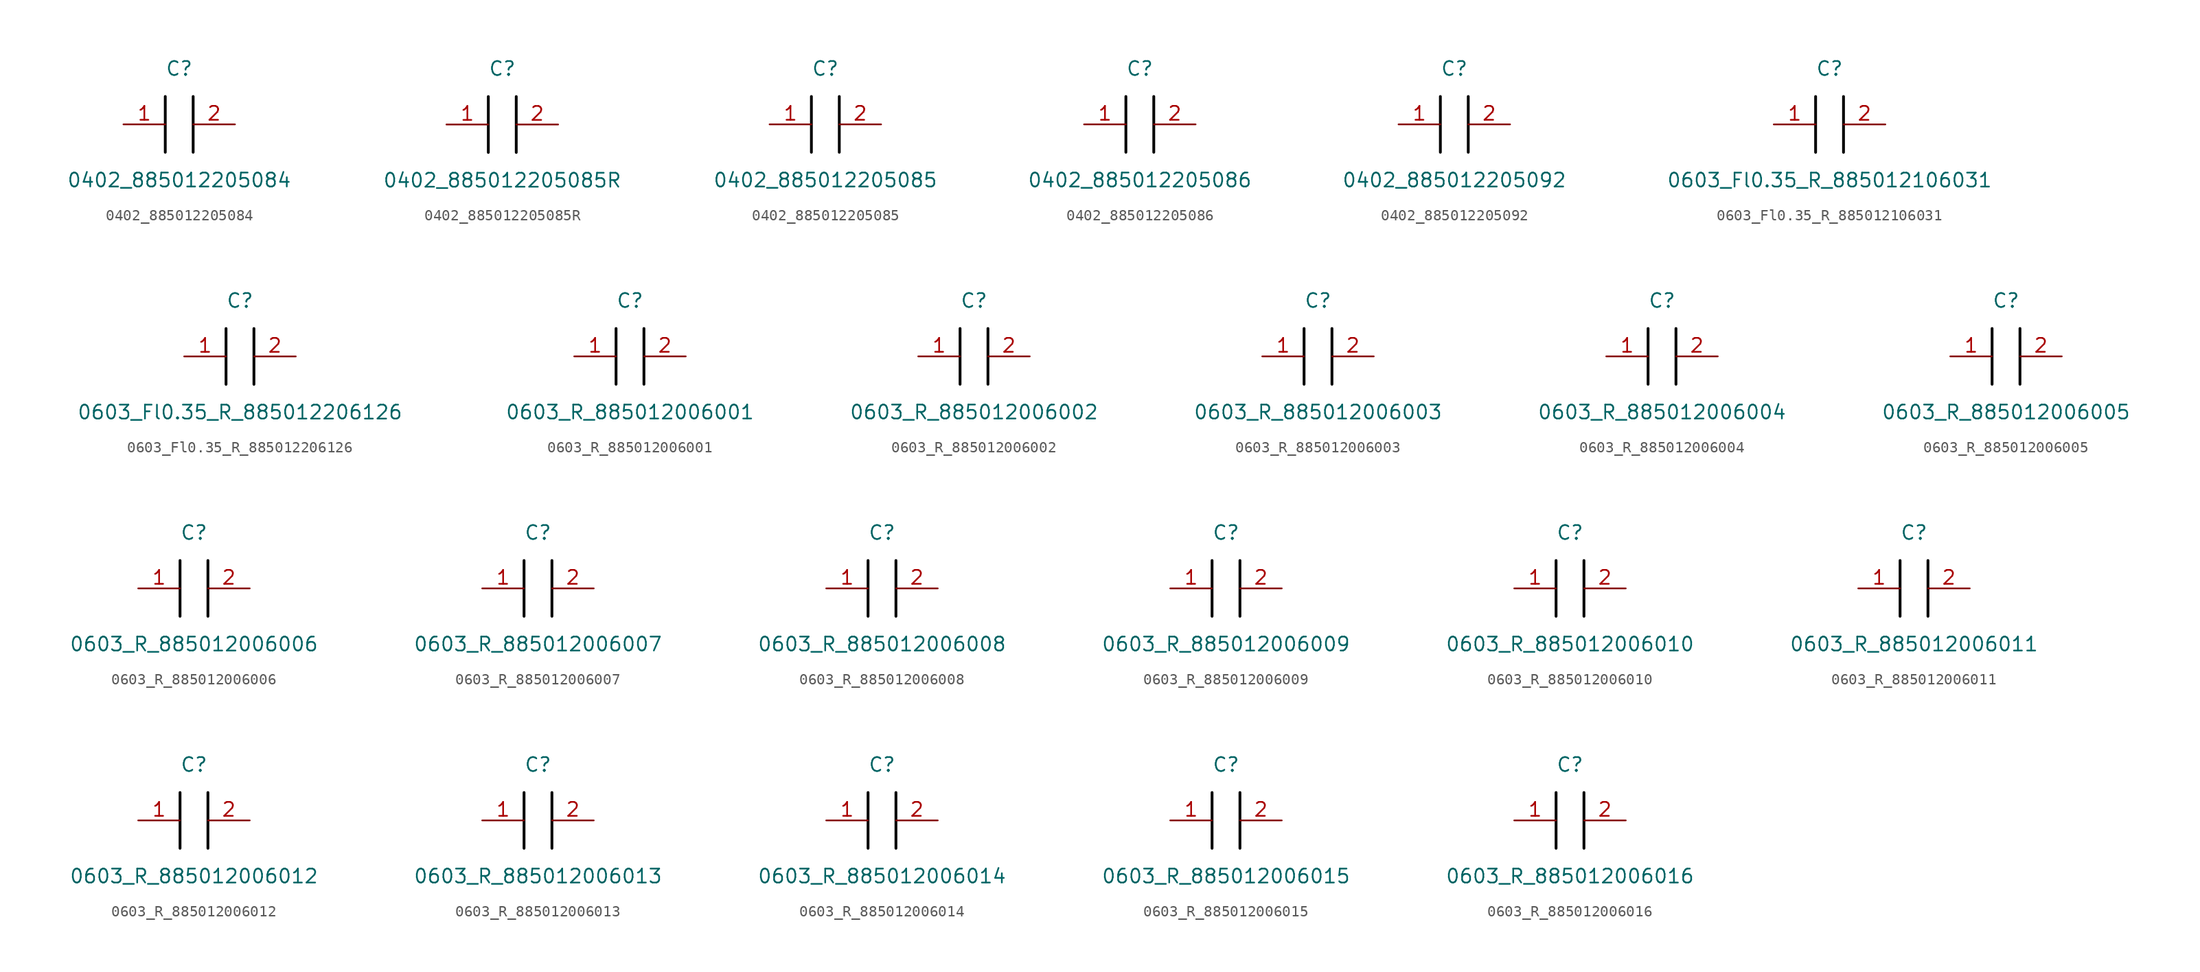
<source format=kicad_sym>
(kicad_symbol_lib
  (version 20220914)
  (generator kicad_symbol_editor)
  (symbol "0402_885012205084"
    (pin_names hide)
    (property "Reference" "C"
      (at 0 5.08 0)
      (effects (font (size 1.27 1.27))))
    (property "Value" "0402_885012205084"
      (at 0 -5.08 0)
      (effects (font (size 1.27 1.27))))
    (symbol "0402_885012205084_1_1"
      (polyline (pts (xy -1.27 2.54) (xy -1.27 -2.54)) (stroke (width 0.254) (type default) (color 0 0 0 1)) (fill (type none)))
      (polyline (pts (xy 1.27 2.54) (xy 1.27 -2.54)) (stroke (width 0.254) (type default) (color 0 0 0 1)) (fill (type none)))
      (pin passive line (at -5.08 0 0) (length 3.81) (name "1" (effects (font (size 1.27 1.27)))) (number "1" (effects (font (size 1.27 1.27)))))
      (pin passive line (at 5.08 0 180) (length 3.81) (name "2" (effects (font (size 1.27 1.27)))) (number "2" (effects (font (size 1.27 1.27)))))))
  (symbol "0402_885012205085R"
    (pin_names hide)
    (property "Reference" "C"
      (at 0 5.08 0)
      (effects (font (size 1.27 1.27))))
    (property "Value" "0402_885012205085R"
      (at 0 -5.08 0)
      (effects (font (size 1.27 1.27))))
    (symbol "0402_885012205085R_1_1"
      (polyline (pts (xy -1.27 2.54) (xy -1.27 -2.54)) (stroke (width 0.254) (type default) (color 0 0 0 1)) (fill (type none)))
      (polyline (pts (xy 1.27 2.54) (xy 1.27 -2.54)) (stroke (width 0.254) (type default) (color 0 0 0 1)) (fill (type none)))
      (pin passive line (at -5.08 0 0) (length 3.81) (name "1" (effects (font (size 1.27 1.27)))) (number "1" (effects (font (size 1.27 1.27)))))
      (pin passive line (at 5.08 0 180) (length 3.81) (name "2" (effects (font (size 1.27 1.27)))) (number "2" (effects (font (size 1.27 1.27)))))))
  (symbol "0402_885012205085"
    (pin_names hide)
    (property "Reference" "C"
      (at 0 5.08 0)
      (effects (font (size 1.27 1.27))))
    (property "Value" "0402_885012205085"
      (at 0 -5.08 0)
      (effects (font (size 1.27 1.27))))
    (symbol "0402_885012205085_1_1"
      (polyline (pts (xy -1.27 2.54) (xy -1.27 -2.54)) (stroke (width 0.254) (type default) (color 0 0 0 1)) (fill (type none)))
      (polyline (pts (xy 1.27 2.54) (xy 1.27 -2.54)) (stroke (width 0.254) (type default) (color 0 0 0 1)) (fill (type none)))
      (pin passive line (at -5.08 0 0) (length 3.81) (name "1" (effects (font (size 1.27 1.27)))) (number "1" (effects (font (size 1.27 1.27)))))
      (pin passive line (at 5.08 0 180) (length 3.81) (name "2" (effects (font (size 1.27 1.27)))) (number "2" (effects (font (size 1.27 1.27)))))))
  (symbol "0402_885012205086"
    (pin_names hide)
    (property "Reference" "C"
      (at 0 5.08 0)
      (effects (font (size 1.27 1.27))))
    (property "Value" "0402_885012205086"
      (at 0 -5.08 0)
      (effects (font (size 1.27 1.27))))
    (symbol "0402_885012205086_1_1"
      (polyline (pts (xy -1.27 2.54) (xy -1.27 -2.54)) (stroke (width 0.254) (type default) (color 0 0 0 1)) (fill (type none)))
      (polyline (pts (xy 1.27 2.54) (xy 1.27 -2.54)) (stroke (width 0.254) (type default) (color 0 0 0 1)) (fill (type none)))
      (pin passive line (at -5.08 0 0) (length 3.81) (name "1" (effects (font (size 1.27 1.27)))) (number "1" (effects (font (size 1.27 1.27)))))
      (pin passive line (at 5.08 0 180) (length 3.81) (name "2" (effects (font (size 1.27 1.27)))) (number "2" (effects (font (size 1.27 1.27)))))))
  (symbol "0402_885012205092"
    (pin_names hide)
    (property "Reference" "C"
      (at 0 5.08 0)
      (effects (font (size 1.27 1.27))))
    (property "Value" "0402_885012205092"
      (at 0 -5.08 0)
      (effects (font (size 1.27 1.27))))
    (symbol "0402_885012205092_1_1"
      (polyline (pts (xy -1.27 2.54) (xy -1.27 -2.54)) (stroke (width 0.254) (type default) (color 0 0 0 1)) (fill (type none)))
      (polyline (pts (xy 1.27 2.54) (xy 1.27 -2.54)) (stroke (width 0.254) (type default) (color 0 0 0 1)) (fill (type none)))
      (pin passive line (at -5.08 0 0) (length 3.81) (name "1" (effects (font (size 1.27 1.27)))) (number "1" (effects (font (size 1.27 1.27)))))
      (pin passive line (at 5.08 0 180) (length 3.81) (name "2" (effects (font (size 1.27 1.27)))) (number "2" (effects (font (size 1.27 1.27)))))))
  (symbol "0603_Fl0.35_R_885012106031"
    (pin_names hide)
    (property "Reference" "C"
      (at 0 5.08 0)
      (effects (font (size 1.27 1.27))))
    (property "Value" "0603_Fl0.35_R_885012106031"
      (at 0 -5.08 0)
      (effects (font (size 1.27 1.27))))
    (symbol "0603_Fl0.35_R_885012106031_1_1"
      (polyline (pts (xy -1.27 2.54) (xy -1.27 -2.54)) (stroke (width 0.254) (type default) (color 0 0 0 1)) (fill (type none)))
      (polyline (pts (xy 1.27 2.54) (xy 1.27 -2.54)) (stroke (width 0.254) (type default) (color 0 0 0 1)) (fill (type none)))
      (pin passive line (at -5.08 0 0) (length 3.81) (name "1" (effects (font (size 1.27 1.27)))) (number "1" (effects (font (size 1.27 1.27)))))
      (pin passive line (at 5.08 0 180) (length 3.81) (name "2" (effects (font (size 1.27 1.27)))) (number "2" (effects (font (size 1.27 1.27)))))))
  (symbol "0603_Fl0.35_R_885012206126"
    (pin_names hide)
    (property "Reference" "C"
      (at 0 5.08 0)
      (effects (font (size 1.27 1.27))))
    (property "Value" "0603_Fl0.35_R_885012206126"
      (at 0 -5.08 0)
      (effects (font (size 1.27 1.27))))
    (symbol "0603_Fl0.35_R_885012206126_1_1"
      (polyline (pts (xy -1.27 2.54) (xy -1.27 -2.54)) (stroke (width 0.254) (type default) (color 0 0 0 1)) (fill (type none)))
      (polyline (pts (xy 1.27 2.54) (xy 1.27 -2.54)) (stroke (width 0.254) (type default) (color 0 0 0 1)) (fill (type none)))
      (pin passive line (at -5.08 0 0) (length 3.81) (name "1" (effects (font (size 1.27 1.27)))) (number "1" (effects (font (size 1.27 1.27)))))
      (pin passive line (at 5.08 0 180) (length 3.81) (name "2" (effects (font (size 1.27 1.27)))) (number "2" (effects (font (size 1.27 1.27)))))))
  (symbol "0603_R_885012006001"
    (pin_names hide)
    (property "Reference" "C"
      (at 0 5.08 0)
      (effects (font (size 1.27 1.27))))
    (property "Value" "0603_R_885012006001"
      (at 0 -5.08 0)
      (effects (font (size 1.27 1.27))))
    (symbol "0603_R_885012006001_1_1"
      (polyline (pts (xy -1.27 2.54) (xy -1.27 -2.54)) (stroke (width 0.254) (type default) (color 0 0 0 1)) (fill (type none)))
      (polyline (pts (xy 1.27 2.54) (xy 1.27 -2.54)) (stroke (width 0.254) (type default) (color 0 0 0 1)) (fill (type none)))
      (pin passive line (at -5.08 0 0) (length 3.81) (name "1" (effects (font (size 1.27 1.27)))) (number "1" (effects (font (size 1.27 1.27)))))
      (pin passive line (at 5.08 0 180) (length 3.81) (name "2" (effects (font (size 1.27 1.27)))) (number "2" (effects (font (size 1.27 1.27)))))))
  (symbol "0603_R_885012006002"
    (pin_names hide)
    (property "Reference" "C"
      (at 0 5.08 0)
      (effects (font (size 1.27 1.27))))
    (property "Value" "0603_R_885012006002"
      (at 0 -5.08 0)
      (effects (font (size 1.27 1.27))))
    (symbol "0603_R_885012006002_1_1"
      (polyline (pts (xy -1.27 2.54) (xy -1.27 -2.54)) (stroke (width 0.254) (type default) (color 0 0 0 1)) (fill (type none)))
      (polyline (pts (xy 1.27 2.54) (xy 1.27 -2.54)) (stroke (width 0.254) (type default) (color 0 0 0 1)) (fill (type none)))
      (pin passive line (at -5.08 0 0) (length 3.81) (name "1" (effects (font (size 1.27 1.27)))) (number "1" (effects (font (size 1.27 1.27)))))
      (pin passive line (at 5.08 0 180) (length 3.81) (name "2" (effects (font (size 1.27 1.27)))) (number "2" (effects (font (size 1.27 1.27)))))))
  (symbol "0603_R_885012006003"
    (pin_names hide)
    (property "Reference" "C"
      (at 0 5.08 0)
      (effects (font (size 1.27 1.27))))
    (property "Value" "0603_R_885012006003"
      (at 0 -5.08 0)
      (effects (font (size 1.27 1.27))))
    (symbol "0603_R_885012006003_1_1"
      (polyline (pts (xy -1.27 2.54) (xy -1.27 -2.54)) (stroke (width 0.254) (type default) (color 0 0 0 1)) (fill (type none)))
      (polyline (pts (xy 1.27 2.54) (xy 1.27 -2.54)) (stroke (width 0.254) (type default) (color 0 0 0 1)) (fill (type none)))
      (pin passive line (at -5.08 0 0) (length 3.81) (name "1" (effects (font (size 1.27 1.27)))) (number "1" (effects (font (size 1.27 1.27)))))
      (pin passive line (at 5.08 0 180) (length 3.81) (name "2" (effects (font (size 1.27 1.27)))) (number "2" (effects (font (size 1.27 1.27)))))))
  (symbol "0603_R_885012006004"
    (pin_names hide)
    (property "Reference" "C"
      (at 0 5.08 0)
      (effects (font (size 1.27 1.27))))
    (property "Value" "0603_R_885012006004"
      (at 0 -5.08 0)
      (effects (font (size 1.27 1.27))))
    (symbol "0603_R_885012006004_1_1"
      (polyline (pts (xy -1.27 2.54) (xy -1.27 -2.54)) (stroke (width 0.254) (type default) (color 0 0 0 1)) (fill (type none)))
      (polyline (pts (xy 1.27 2.54) (xy 1.27 -2.54)) (stroke (width 0.254) (type default) (color 0 0 0 1)) (fill (type none)))
      (pin passive line (at -5.08 0 0) (length 3.81) (name "1" (effects (font (size 1.27 1.27)))) (number "1" (effects (font (size 1.27 1.27)))))
      (pin passive line (at 5.08 0 180) (length 3.81) (name "2" (effects (font (size 1.27 1.27)))) (number "2" (effects (font (size 1.27 1.27)))))))
  (symbol "0603_R_885012006005"
    (pin_names hide)
    (property "Reference" "C"
      (at 0 5.08 0)
      (effects (font (size 1.27 1.27))))
    (property "Value" "0603_R_885012006005"
      (at 0 -5.08 0)
      (effects (font (size 1.27 1.27))))
    (symbol "0603_R_885012006005_1_1"
      (polyline (pts (xy -1.27 2.54) (xy -1.27 -2.54)) (stroke (width 0.254) (type default) (color 0 0 0 1)) (fill (type none)))
      (polyline (pts (xy 1.27 2.54) (xy 1.27 -2.54)) (stroke (width 0.254) (type default) (color 0 0 0 1)) (fill (type none)))
      (pin passive line (at -5.08 0 0) (length 3.81) (name "1" (effects (font (size 1.27 1.27)))) (number "1" (effects (font (size 1.27 1.27)))))
      (pin passive line (at 5.08 0 180) (length 3.81) (name "2" (effects (font (size 1.27 1.27)))) (number "2" (effects (font (size 1.27 1.27)))))))
  (symbol "0603_R_885012006006"
    (pin_names hide)
    (property "Reference" "C"
      (at 0 5.08 0)
      (effects (font (size 1.27 1.27))))
    (property "Value" "0603_R_885012006006"
      (at 0 -5.08 0)
      (effects (font (size 1.27 1.27))))
    (symbol "0603_R_885012006006_1_1"
      (polyline (pts (xy -1.27 2.54) (xy -1.27 -2.54)) (stroke (width 0.254) (type default) (color 0 0 0 1)) (fill (type none)))
      (polyline (pts (xy 1.27 2.54) (xy 1.27 -2.54)) (stroke (width 0.254) (type default) (color 0 0 0 1)) (fill (type none)))
      (pin passive line (at -5.08 0 0) (length 3.81) (name "1" (effects (font (size 1.27 1.27)))) (number "1" (effects (font (size 1.27 1.27)))))
      (pin passive line (at 5.08 0 180) (length 3.81) (name "2" (effects (font (size 1.27 1.27)))) (number "2" (effects (font (size 1.27 1.27)))))))
  (symbol "0603_R_885012006007"
    (pin_names hide)
    (property "Reference" "C"
      (at 0 5.08 0)
      (effects (font (size 1.27 1.27))))
    (property "Value" "0603_R_885012006007"
      (at 0 -5.08 0)
      (effects (font (size 1.27 1.27))))
    (symbol "0603_R_885012006007_1_1"
      (polyline (pts (xy -1.27 2.54) (xy -1.27 -2.54)) (stroke (width 0.254) (type default) (color 0 0 0 1)) (fill (type none)))
      (polyline (pts (xy 1.27 2.54) (xy 1.27 -2.54)) (stroke (width 0.254) (type default) (color 0 0 0 1)) (fill (type none)))
      (pin passive line (at -5.08 0 0) (length 3.81) (name "1" (effects (font (size 1.27 1.27)))) (number "1" (effects (font (size 1.27 1.27)))))
      (pin passive line (at 5.08 0 180) (length 3.81) (name "2" (effects (font (size 1.27 1.27)))) (number "2" (effects (font (size 1.27 1.27)))))))
  (symbol "0603_R_885012006008"
    (pin_names hide)
    (property "Reference" "C"
      (at 0 5.08 0)
      (effects (font (size 1.27 1.27))))
    (property "Value" "0603_R_885012006008"
      (at 0 -5.08 0)
      (effects (font (size 1.27 1.27))))
    (symbol "0603_R_885012006008_1_1"
      (polyline (pts (xy -1.27 2.54) (xy -1.27 -2.54)) (stroke (width 0.254) (type default) (color 0 0 0 1)) (fill (type none)))
      (polyline (pts (xy 1.27 2.54) (xy 1.27 -2.54)) (stroke (width 0.254) (type default) (color 0 0 0 1)) (fill (type none)))
      (pin passive line (at -5.08 0 0) (length 3.81) (name "1" (effects (font (size 1.27 1.27)))) (number "1" (effects (font (size 1.27 1.27)))))
      (pin passive line (at 5.08 0 180) (length 3.81) (name "2" (effects (font (size 1.27 1.27)))) (number "2" (effects (font (size 1.27 1.27)))))))
  (symbol "0603_R_885012006009"
    (pin_names hide)
    (property "Reference" "C"
      (at 0 5.08 0)
      (effects (font (size 1.27 1.27))))
    (property "Value" "0603_R_885012006009"
      (at 0 -5.08 0)
      (effects (font (size 1.27 1.27))))
    (symbol "0603_R_885012006009_1_1"
      (polyline (pts (xy -1.27 2.54) (xy -1.27 -2.54)) (stroke (width 0.254) (type default) (color 0 0 0 1)) (fill (type none)))
      (polyline (pts (xy 1.27 2.54) (xy 1.27 -2.54)) (stroke (width 0.254) (type default) (color 0 0 0 1)) (fill (type none)))
      (pin passive line (at -5.08 0 0) (length 3.81) (name "1" (effects (font (size 1.27 1.27)))) (number "1" (effects (font (size 1.27 1.27)))))
      (pin passive line (at 5.08 0 180) (length 3.81) (name "2" (effects (font (size 1.27 1.27)))) (number "2" (effects (font (size 1.27 1.27)))))))
  (symbol "0603_R_885012006010"
    (pin_names hide)
    (property "Reference" "C"
      (at 0 5.08 0)
      (effects (font (size 1.27 1.27))))
    (property "Value" "0603_R_885012006010"
      (at 0 -5.08 0)
      (effects (font (size 1.27 1.27))))
    (symbol "0603_R_885012006010_1_1"
      (polyline (pts (xy -1.27 2.54) (xy -1.27 -2.54)) (stroke (width 0.254) (type default) (color 0 0 0 1)) (fill (type none)))
      (polyline (pts (xy 1.27 2.54) (xy 1.27 -2.54)) (stroke (width 0.254) (type default) (color 0 0 0 1)) (fill (type none)))
      (pin passive line (at -5.08 0 0) (length 3.81) (name "1" (effects (font (size 1.27 1.27)))) (number "1" (effects (font (size 1.27 1.27)))))
      (pin passive line (at 5.08 0 180) (length 3.81) (name "2" (effects (font (size 1.27 1.27)))) (number "2" (effects (font (size 1.27 1.27)))))))
  (symbol "0603_R_885012006011"
    (pin_names hide)
    (property "Reference" "C"
      (at 0 5.08 0)
      (effects (font (size 1.27 1.27))))
    (property "Value" "0603_R_885012006011"
      (at 0 -5.08 0)
      (effects (font (size 1.27 1.27))))
    (symbol "0603_R_885012006011_1_1"
      (polyline (pts (xy -1.27 2.54) (xy -1.27 -2.54)) (stroke (width 0.254) (type default) (color 0 0 0 1)) (fill (type none)))
      (polyline (pts (xy 1.27 2.54) (xy 1.27 -2.54)) (stroke (width 0.254) (type default) (color 0 0 0 1)) (fill (type none)))
      (pin passive line (at -5.08 0 0) (length 3.81) (name "1" (effects (font (size 1.27 1.27)))) (number "1" (effects (font (size 1.27 1.27)))))
      (pin passive line (at 5.08 0 180) (length 3.81) (name "2" (effects (font (size 1.27 1.27)))) (number "2" (effects (font (size 1.27 1.27)))))))
  (symbol "0603_R_885012006012"
    (pin_names hide)
    (property "Reference" "C"
      (at 0 5.08 0)
      (effects (font (size 1.27 1.27))))
    (property "Value" "0603_R_885012006012"
      (at 0 -5.08 0)
      (effects (font (size 1.27 1.27))))
    (symbol "0603_R_885012006012_1_1"
      (polyline (pts (xy -1.27 2.54) (xy -1.27 -2.54)) (stroke (width 0.254) (type default) (color 0 0 0 1)) (fill (type none)))
      (polyline (pts (xy 1.27 2.54) (xy 1.27 -2.54)) (stroke (width 0.254) (type default) (color 0 0 0 1)) (fill (type none)))
      (pin passive line (at -5.08 0 0) (length 3.81) (name "1" (effects (font (size 1.27 1.27)))) (number "1" (effects (font (size 1.27 1.27)))))
      (pin passive line (at 5.08 0 180) (length 3.81) (name "2" (effects (font (size 1.27 1.27)))) (number "2" (effects (font (size 1.27 1.27)))))))
  (symbol "0603_R_885012006013"
    (pin_names hide)
    (property "Reference" "C"
      (at 0 5.08 0)
      (effects (font (size 1.27 1.27))))
    (property "Value" "0603_R_885012006013"
      (at 0 -5.08 0)
      (effects (font (size 1.27 1.27))))
    (symbol "0603_R_885012006013_1_1"
      (polyline (pts (xy -1.27 2.54) (xy -1.27 -2.54)) (stroke (width 0.254) (type default) (color 0 0 0 1)) (fill (type none)))
      (polyline (pts (xy 1.27 2.54) (xy 1.27 -2.54)) (stroke (width 0.254) (type default) (color 0 0 0 1)) (fill (type none)))
      (pin passive line (at -5.08 0 0) (length 3.81) (name "1" (effects (font (size 1.27 1.27)))) (number "1" (effects (font (size 1.27 1.27)))))
      (pin passive line (at 5.08 0 180) (length 3.81) (name "2" (effects (font (size 1.27 1.27)))) (number "2" (effects (font (size 1.27 1.27)))))))
  (symbol "0603_R_885012006014"
    (pin_names hide)
    (property "Reference" "C"
      (at 0 5.08 0)
      (effects (font (size 1.27 1.27))))
    (property "Value" "0603_R_885012006014"
      (at 0 -5.08 0)
      (effects (font (size 1.27 1.27))))
    (symbol "0603_R_885012006014_1_1"
      (polyline (pts (xy -1.27 2.54) (xy -1.27 -2.54)) (stroke (width 0.254) (type default) (color 0 0 0 1)) (fill (type none)))
      (polyline (pts (xy 1.27 2.54) (xy 1.27 -2.54)) (stroke (width 0.254) (type default) (color 0 0 0 1)) (fill (type none)))
      (pin passive line (at -5.08 0 0) (length 3.81) (name "1" (effects (font (size 1.27 1.27)))) (number "1" (effects (font (size 1.27 1.27)))))
      (pin passive line (at 5.08 0 180) (length 3.81) (name "2" (effects (font (size 1.27 1.27)))) (number "2" (effects (font (size 1.27 1.27)))))))
  (symbol "0603_R_885012006015"
    (pin_names hide)
    (property "Reference" "C"
      (at 0 5.08 0)
      (effects (font (size 1.27 1.27))))
    (property "Value" "0603_R_885012006015"
      (at 0 -5.08 0)
      (effects (font (size 1.27 1.27))))
    (symbol "0603_R_885012006015_1_1"
      (polyline (pts (xy -1.27 2.54) (xy -1.27 -2.54)) (stroke (width 0.254) (type default) (color 0 0 0 1)) (fill (type none)))
      (polyline (pts (xy 1.27 2.54) (xy 1.27 -2.54)) (stroke (width 0.254) (type default) (color 0 0 0 1)) (fill (type none)))
      (pin passive line (at -5.08 0 0) (length 3.81) (name "1" (effects (font (size 1.27 1.27)))) (number "1" (effects (font (size 1.27 1.27)))))
      (pin passive line (at 5.08 0 180) (length 3.81) (name "2" (effects (font (size 1.27 1.27)))) (number "2" (effects (font (size 1.27 1.27)))))))
  (symbol "0603_R_885012006016"
    (pin_names hide)
    (property "Reference" "C"
      (at 0 5.08 0)
      (effects (font (size 1.27 1.27))))
    (property "Value" "0603_R_885012006016"
      (at 0 -5.08 0)
      (effects (font (size 1.27 1.27))))
    (symbol "0603_R_885012006016_1_1"
      (polyline (pts (xy -1.27 2.54) (xy -1.27 -2.54)) (stroke (width 0.254) (type default) (color 0 0 0 1)) (fill (type none)))
      (polyline (pts (xy 1.27 2.54) (xy 1.27 -2.54)) (stroke (width 0.254) (type default) (color 0 0 0 1)) (fill (type none)))
      (pin passive line (at -5.08 0 0) (length 3.81) (name "1" (effects (font (size 1.27 1.27)))) (number "1" (effects (font (size 1.27 1.27)))))
      (pin passive line (at 5.08 0 180) (length 3.81) (name "2" (effects (font (size 1.27 1.27)))) (number "2" (effects (font (size 1.27 1.27))))))))
</source>
